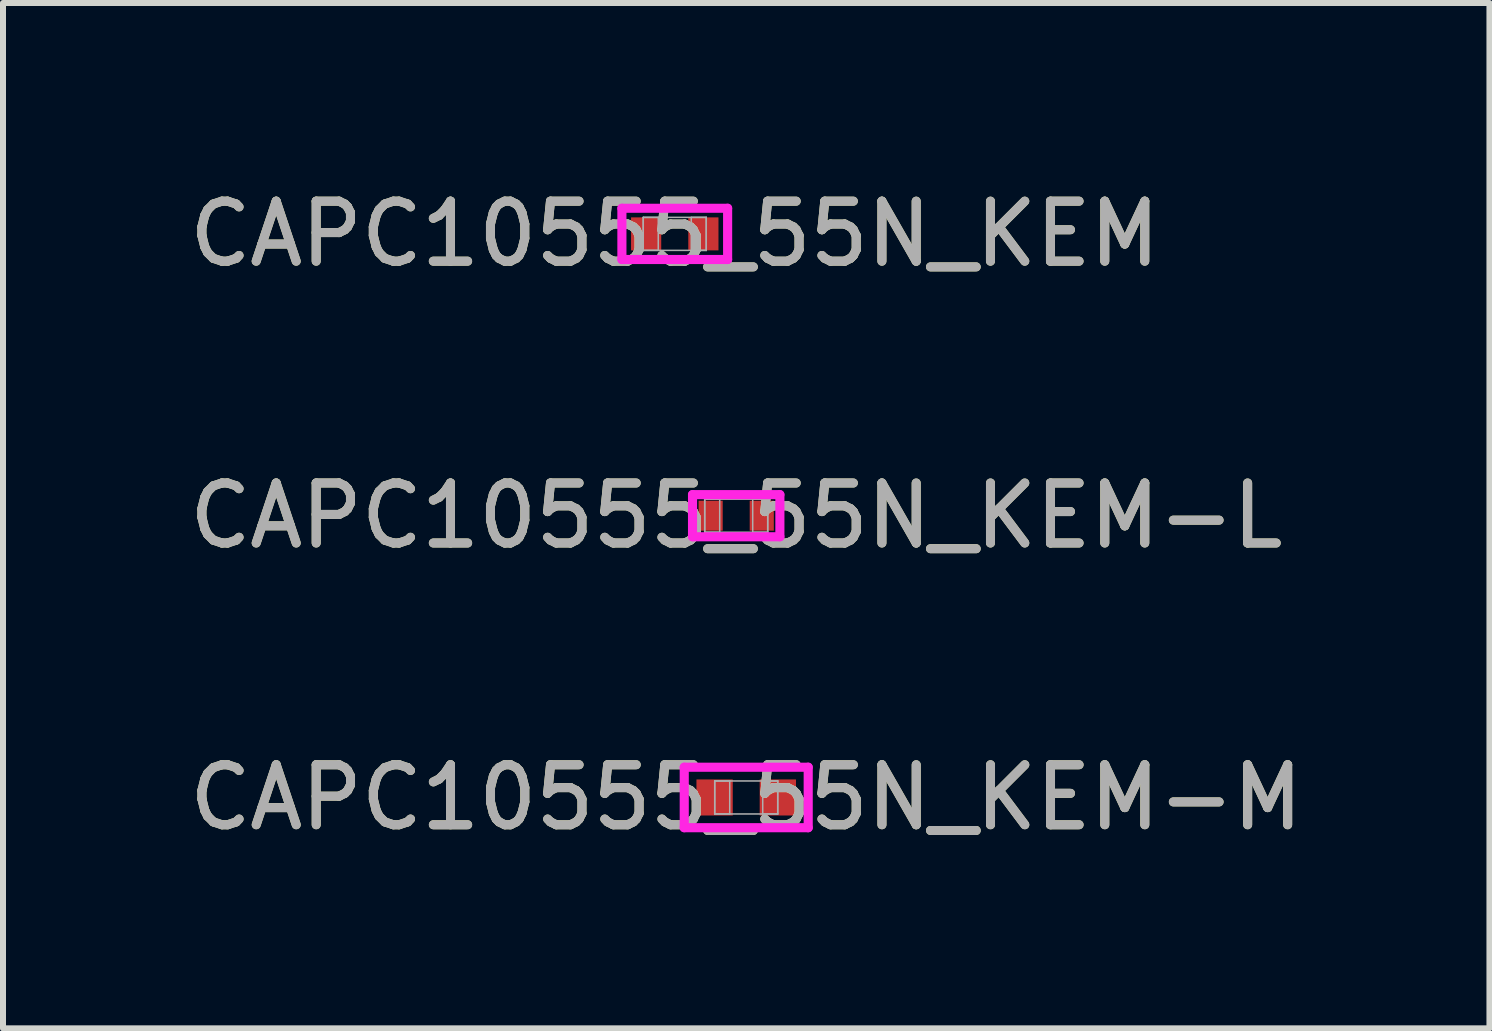
<source format=kicad_pcb>
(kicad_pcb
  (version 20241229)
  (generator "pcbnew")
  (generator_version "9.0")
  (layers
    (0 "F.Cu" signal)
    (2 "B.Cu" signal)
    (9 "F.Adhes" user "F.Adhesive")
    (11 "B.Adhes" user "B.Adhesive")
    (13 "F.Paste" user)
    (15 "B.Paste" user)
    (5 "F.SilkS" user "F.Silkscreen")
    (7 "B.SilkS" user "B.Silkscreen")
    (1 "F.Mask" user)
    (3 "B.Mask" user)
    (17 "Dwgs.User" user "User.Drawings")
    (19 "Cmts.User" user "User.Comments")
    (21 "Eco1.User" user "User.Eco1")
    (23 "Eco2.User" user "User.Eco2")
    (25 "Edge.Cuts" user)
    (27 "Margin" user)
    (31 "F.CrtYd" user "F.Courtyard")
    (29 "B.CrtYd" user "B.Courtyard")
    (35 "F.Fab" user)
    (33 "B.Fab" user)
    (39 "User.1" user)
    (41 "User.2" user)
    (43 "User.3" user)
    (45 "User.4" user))
  (footprint "CAPC10555_55N_KEM-L"
    (layer "F.Cu")
    (at 9.22 5.545)
    (property "Reference" "CAPC10555_55N_KEM-L" (at 0 0 0) (unlocked yes) (layer "F.SilkS") (effects (font (size 1 1) (thickness 0.15))))
    (attr smd)
    (fp_line (start -0.728 -0.351) (end 0.728 -0.351) (stroke (width 0.152) (type solid)) (layer "F.CrtYd"))
    (fp_line (start -0.728 0.351) (end -0.728 -0.351) (stroke (width 0.152) (type solid)) (layer "F.CrtYd"))
    (fp_line (start 0.728 -0.351) (end 0.728 0.351) (stroke (width 0.152) (type solid)) (layer "F.CrtYd"))
    (fp_line (start 0.728 0.351) (end -0.728 0.351) (stroke (width 0.152) (type solid)) (layer "F.CrtYd"))
    (fp_line (start -0.525 -0.275) (end -0.525 0.275) (stroke (width 0.025) (type solid)) (layer "F.Fab"))
    (fp_line (start -0.525 -0.275) (end -0.525 0.275) (stroke (width 0.025) (type solid)) (layer "F.Fab"))
    (fp_line (start -0.525 0.275) (end -0.275 0.275) (stroke (width 0.025) (type solid)) (layer "F.Fab"))
    (fp_line (start -0.525 0.275) (end 0.525 0.275) (stroke (width 0.025) (type solid)) (layer "F.Fab"))
    (fp_line (start -0.275 -0.275) (end -0.525 -0.275) (stroke (width 0.025) (type solid)) (layer "F.Fab"))
    (fp_line (start -0.275 0.275) (end -0.275 -0.275) (stroke (width 0.025) (type solid)) (layer "F.Fab"))
    (fp_line (start 0.275 -0.275) (end 0.275 0.275) (stroke (width 0.025) (type solid)) (layer "F.Fab"))
    (fp_line (start 0.275 0.275) (end 0.525 0.275) (stroke (width 0.025) (type solid)) (layer "F.Fab"))
    (fp_line (start 0.525 -0.275) (end -0.525 -0.275) (stroke (width 0.025) (type solid)) (layer "F.Fab"))
    (fp_line (start 0.525 -0.275) (end 0.275 -0.275) (stroke (width 0.025) (type solid)) (layer "F.Fab"))
    (fp_line (start 0.525 0.275) (end 0.525 -0.275) (stroke (width 0.025) (type solid)) (layer "F.Fab"))
    (fp_line (start 0.525 0.275) (end 0.525 -0.275) (stroke (width 0.025) (type solid)) (layer "F.Fab"))
    (fp_text user "${REFERENCE}" (at 0 0 0) (unlocked yes) (layer "F.Fab") (effects (font (size 1 1) (thickness 0.15))))
    (pad "1" smd rect (at -0.426 0) (size 0.402 0.499) (layers "F.Cu" "F.Mask" "F.Paste"))
    (pad "2" smd rect (at 0.426 0) (size 0.402 0.499) (layers "F.Cu" "F.Mask" "F.Paste"))
    (zone (net_name "") (layer "F.Cu") (hatch full 0.508) (connect_pads) (min_thickness 0.254) (filled_areas_thickness no) (keepout (tracks not_allowed) (vias not_allowed) (pads allowed) (copperpour not_allowed) (footprints allowed)) (placement (enabled no)) (fill) (polygon (pts (xy 9.046 5.321) (xy 9.394 5.321) (xy 9.394 5.769) (xy 9.046 5.769)))))
  (footprint "CAPC10555_55N_KEM-M"
    (layer "F.Cu")
    (at 9.387 10.241)
    (property "Reference" "CAPC10555_55N_KEM-M" (at 0 0 0) (unlocked yes) (layer "F.SilkS") (effects (font (size 1 1) (thickness 0.15))))
    (attr smd)
    (fp_line (start -1.033 -0.504) (end 1.033 -0.504) (stroke (width 0.152) (type solid)) (layer "F.CrtYd"))
    (fp_line (start -1.033 0.504) (end -1.033 -0.504) (stroke (width 0.152) (type solid)) (layer "F.CrtYd"))
    (fp_line (start 1.033 -0.504) (end 1.033 0.504) (stroke (width 0.152) (type solid)) (layer "F.CrtYd"))
    (fp_line (start 1.033 0.504) (end -1.033 0.504) (stroke (width 0.152) (type solid)) (layer "F.CrtYd"))
    (fp_line (start -0.525 -0.275) (end -0.525 0.275) (stroke (width 0.025) (type solid)) (layer "F.Fab"))
    (fp_line (start -0.525 -0.275) (end -0.525 0.275) (stroke (width 0.025) (type solid)) (layer "F.Fab"))
    (fp_line (start -0.525 0.275) (end -0.275 0.275) (stroke (width 0.025) (type solid)) (layer "F.Fab"))
    (fp_line (start -0.525 0.275) (end 0.525 0.275) (stroke (width 0.025) (type solid)) (layer "F.Fab"))
    (fp_line (start -0.275 -0.275) (end -0.525 -0.275) (stroke (width 0.025) (type solid)) (layer "F.Fab"))
    (fp_line (start -0.275 0.275) (end -0.275 -0.275) (stroke (width 0.025) (type solid)) (layer "F.Fab"))
    (fp_line (start 0.275 -0.275) (end 0.275 0.275) (stroke (width 0.025) (type solid)) (layer "F.Fab"))
    (fp_line (start 0.275 0.275) (end 0.525 0.275) (stroke (width 0.025) (type solid)) (layer "F.Fab"))
    (fp_line (start 0.525 -0.275) (end -0.525 -0.275) (stroke (width 0.025) (type solid)) (layer "F.Fab"))
    (fp_line (start 0.525 -0.275) (end 0.275 -0.275) (stroke (width 0.025) (type solid)) (layer "F.Fab"))
    (fp_line (start 0.525 0.275) (end 0.525 -0.275) (stroke (width 0.025) (type solid)) (layer "F.Fab"))
    (fp_line (start 0.525 0.275) (end 0.525 -0.275) (stroke (width 0.025) (type solid)) (layer "F.Fab"))
    (fp_text user "${REFERENCE}" (at 0 0 0) (unlocked yes) (layer "F.Fab") (effects (font (size 1 1) (thickness 0.15))))
    (pad "1" smd rect (at -0.527 0) (size 0.605 0.601) (layers "F.Cu" "F.Mask" "F.Paste"))
    (pad "2" smd rect (at 0.527 0) (size 0.605 0.601) (layers "F.Cu" "F.Mask" "F.Paste"))
    (zone (net_name "") (layer "F.Cu") (hatch full 0.508) (connect_pads) (min_thickness 0.254) (filled_areas_thickness no) (keepout (tracks not_allowed) (vias not_allowed) (pads allowed) (copperpour not_allowed) (footprints allowed)) (placement (enabled no)) (fill) (polygon (pts (xy 9.213 10.017) (xy 9.561 10.017) (xy 9.561 10.465) (xy 9.213 10.465)))))
  (footprint "CAPC10555_55N_KEM"
    (layer "F.Cu")
    (at 8.196 0.848)
    (property "Reference" "CAPC10555_55N_KEM" (at 0 0 0) (unlocked yes) (layer "F.SilkS") (effects (font (size 1 1) (thickness 0.15))))
    (attr smd)
    (fp_line (start -0.881 -0.427) (end 0.881 -0.427) (stroke (width 0.152) (type solid)) (layer "F.CrtYd"))
    (fp_line (start -0.881 0.427) (end -0.881 -0.427) (stroke (width 0.152) (type solid)) (layer "F.CrtYd"))
    (fp_line (start 0.881 -0.427) (end 0.881 0.427) (stroke (width 0.152) (type solid)) (layer "F.CrtYd"))
    (fp_line (start 0.881 0.427) (end -0.881 0.427) (stroke (width 0.152) (type solid)) (layer "F.CrtYd"))
    (fp_line (start -0.525 -0.275) (end -0.525 0.275) (stroke (width 0.025) (type solid)) (layer "F.Fab"))
    (fp_line (start -0.525 -0.275) (end -0.525 0.275) (stroke (width 0.025) (type solid)) (layer "F.Fab"))
    (fp_line (start -0.525 0.275) (end -0.275 0.275) (stroke (width 0.025) (type solid)) (layer "F.Fab"))
    (fp_line (start -0.525 0.275) (end 0.525 0.275) (stroke (width 0.025) (type solid)) (layer "F.Fab"))
    (fp_line (start -0.275 -0.275) (end -0.525 -0.275) (stroke (width 0.025) (type solid)) (layer "F.Fab"))
    (fp_line (start -0.275 0.275) (end -0.275 -0.275) (stroke (width 0.025) (type solid)) (layer "F.Fab"))
    (fp_line (start 0.275 -0.275) (end 0.275 0.275) (stroke (width 0.025) (type solid)) (layer "F.Fab"))
    (fp_line (start 0.275 0.275) (end 0.525 0.275) (stroke (width 0.025) (type solid)) (layer "F.Fab"))
    (fp_line (start 0.525 -0.275) (end -0.525 -0.275) (stroke (width 0.025) (type solid)) (layer "F.Fab"))
    (fp_line (start 0.525 -0.275) (end 0.275 -0.275) (stroke (width 0.025) (type solid)) (layer "F.Fab"))
    (fp_line (start 0.525 0.275) (end 0.525 -0.275) (stroke (width 0.025) (type solid)) (layer "F.Fab"))
    (fp_line (start 0.525 0.275) (end 0.525 -0.275) (stroke (width 0.025) (type solid)) (layer "F.Fab"))
    (fp_text user "${REFERENCE}" (at 0 0 0) (unlocked yes) (layer "F.Fab") (effects (font (size 1 1) (thickness 0.15))))
    (pad "1" smd rect (at -0.477 0) (size 0.503 0.55) (layers "F.Cu" "F.Mask" "F.Paste"))
    (pad "2" smd rect (at 0.477 0) (size 0.503 0.55) (layers "F.Cu" "F.Mask" "F.Paste"))
    (zone (net_name "") (layer "F.Cu") (hatch full 0.508) (connect_pads) (min_thickness 0.254) (filled_areas_thickness no) (keepout (tracks not_allowed) (vias not_allowed) (pads allowed) (copperpour not_allowed) (footprints allowed)) (placement (enabled no)) (fill) (polygon (pts (xy 8.022 0.624) (xy 8.371 0.624) (xy 8.371 1.072) (xy 8.022 1.072)))))
  (gr_rect
    (start -3 -3)
    (end 21.774 14.089)
    (stroke (width 0.1) (type default))
    (fill no)
    (layer "Edge.Cuts")))
</source>
